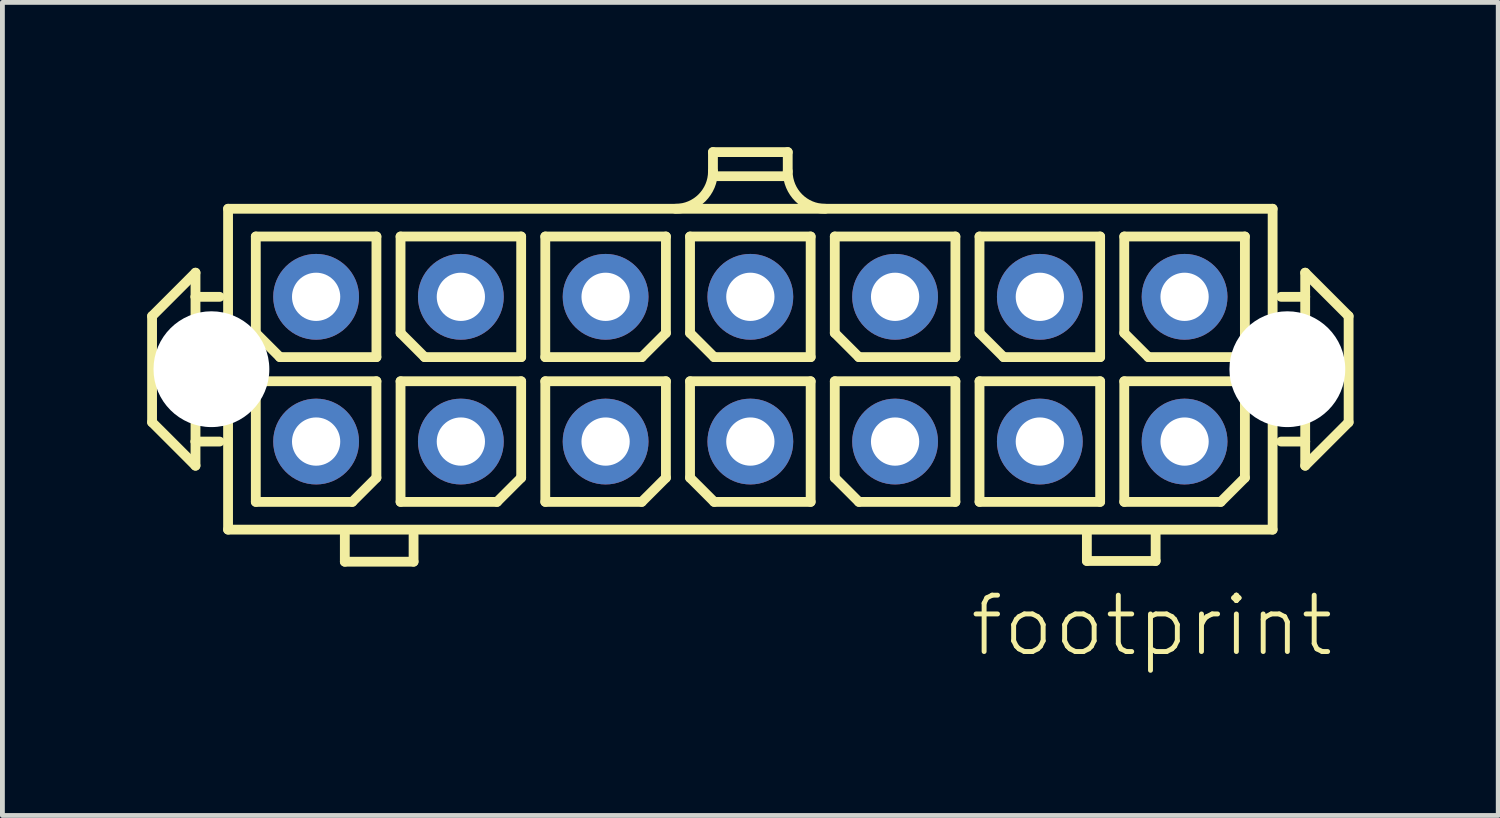
<source format=kicad_pcb>
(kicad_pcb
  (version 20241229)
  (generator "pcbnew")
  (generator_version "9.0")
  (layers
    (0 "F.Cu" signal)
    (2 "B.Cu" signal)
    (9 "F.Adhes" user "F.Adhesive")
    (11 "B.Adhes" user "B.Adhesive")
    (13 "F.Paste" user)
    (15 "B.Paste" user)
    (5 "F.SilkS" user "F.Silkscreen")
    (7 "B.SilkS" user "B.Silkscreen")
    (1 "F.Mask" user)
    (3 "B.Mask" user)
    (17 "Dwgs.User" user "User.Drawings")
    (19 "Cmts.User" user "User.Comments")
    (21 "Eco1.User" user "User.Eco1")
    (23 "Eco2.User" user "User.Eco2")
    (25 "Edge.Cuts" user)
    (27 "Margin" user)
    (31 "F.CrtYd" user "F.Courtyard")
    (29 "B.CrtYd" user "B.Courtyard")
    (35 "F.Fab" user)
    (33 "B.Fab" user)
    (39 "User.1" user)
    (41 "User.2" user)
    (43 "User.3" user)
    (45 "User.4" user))
  (footprint "footprint"
    (layer "F.Cu")
    (at 12.502 4.602)
    (property "Reference" "footprint" (at 4.5 6 0) (layer "F.SilkS") (effects (font (size 1.168 1.168) (thickness 0.102)) (justify left bottom)))
    (fp_line (start -12.4 -1.1) (end -11.5 -2) (stroke (width 0.203) (type solid)) (layer "F.SilkS"))
    (fp_line (start -12.4 1.1) (end -12.4 -1.1) (stroke (width 0.203) (type solid)) (layer "F.SilkS"))
    (fp_line (start -11.5 -2) (end -11.5 -1.5) (stroke (width 0.203) (type solid)) (layer "F.SilkS"))
    (fp_line (start -11.5 -1.5) (end -11.5 1.5) (stroke (width 0.203) (type solid)) (layer "F.SilkS"))
    (fp_line (start -11.5 -1.5) (end -11 -1.5) (stroke (width 0.203) (type solid)) (layer "F.SilkS"))
    (fp_line (start -11.5 1.5) (end -11.5 2) (stroke (width 0.203) (type solid)) (layer "F.SilkS"))
    (fp_line (start -11.5 1.5) (end -11 1.5) (stroke (width 0.203) (type solid)) (layer "F.SilkS"))
    (fp_line (start -11.5 2) (end -12.4 1.1) (stroke (width 0.203) (type solid)) (layer "F.SilkS"))
    (fp_line (start -10.825 -3.325) (end 10.825 -3.325) (stroke (width 0.203) (type solid)) (layer "F.SilkS"))
    (fp_line (start -10.825 3.325) (end -10.825 -3.325) (stroke (width 0.203) (type solid)) (layer "F.SilkS"))
    (fp_line (start -10.25 -2.75) (end -10.25 -0.75) (stroke (width 0.203) (type solid)) (layer "F.SilkS"))
    (fp_line (start -10.25 0.25) (end -10.25 2.75) (stroke (width 0.203) (type solid)) (layer "F.SilkS"))
    (fp_line (start -10.25 0.25) (end -7.75 0.25) (stroke (width 0.203) (type solid)) (layer "F.SilkS"))
    (fp_line (start -10.25 2.75) (end -8.25 2.75) (stroke (width 0.203) (type solid)) (layer "F.SilkS"))
    (fp_line (start -9.75 -0.25) (end -10.25 -0.75) (stroke (width 0.203) (type solid)) (layer "F.SilkS"))
    (fp_line (start -9.75 -0.25) (end -7.75 -0.25) (stroke (width 0.203) (type solid)) (layer "F.SilkS"))
    (fp_line (start -8.405 3.99) (end -8.405 3.44) (stroke (width 0.203) (type solid)) (layer "F.SilkS"))
    (fp_line (start -8.25 2.75) (end -7.75 2.25) (stroke (width 0.203) (type solid)) (layer "F.SilkS"))
    (fp_line (start -7.75 -2.75) (end -10.25 -2.75) (stroke (width 0.203) (type solid)) (layer "F.SilkS"))
    (fp_line (start -7.75 -2.75) (end -7.75 -0.25) (stroke (width 0.203) (type solid)) (layer "F.SilkS"))
    (fp_line (start -7.75 0.25) (end -7.75 2.25) (stroke (width 0.203) (type solid)) (layer "F.SilkS"))
    (fp_line (start -7.25 -2.75) (end -7.25 -0.75) (stroke (width 0.203) (type solid)) (layer "F.SilkS"))
    (fp_line (start -7.25 0.25) (end -7.25 2.75) (stroke (width 0.203) (type solid)) (layer "F.SilkS"))
    (fp_line (start -7.25 0.25) (end -4.75 0.25) (stroke (width 0.203) (type solid)) (layer "F.SilkS"))
    (fp_line (start -7.25 2.75) (end -5.25 2.75) (stroke (width 0.203) (type solid)) (layer "F.SilkS"))
    (fp_line (start -6.98 3.99) (end -8.405 3.99) (stroke (width 0.203) (type solid)) (layer "F.SilkS"))
    (fp_line (start -6.98 3.99) (end -6.98 3.44) (stroke (width 0.203) (type solid)) (layer "F.SilkS"))
    (fp_line (start -6.75 -0.25) (end -7.25 -0.75) (stroke (width 0.203) (type solid)) (layer "F.SilkS"))
    (fp_line (start -6.75 -0.25) (end -4.75 -0.25) (stroke (width 0.203) (type solid)) (layer "F.SilkS"))
    (fp_line (start -5.25 2.75) (end -4.75 2.25) (stroke (width 0.203) (type solid)) (layer "F.SilkS"))
    (fp_line (start -4.75 -2.75) (end -7.25 -2.75) (stroke (width 0.203) (type solid)) (layer "F.SilkS"))
    (fp_line (start -4.75 -2.75) (end -4.75 -0.25) (stroke (width 0.203) (type solid)) (layer "F.SilkS"))
    (fp_line (start -4.75 0.25) (end -4.75 2.25) (stroke (width 0.203) (type solid)) (layer "F.SilkS"))
    (fp_line (start -4.25 -2.75) (end -4.25 -0.25) (stroke (width 0.203) (type solid)) (layer "F.SilkS"))
    (fp_line (start -4.25 -0.25) (end -2.25 -0.25) (stroke (width 0.203) (type solid)) (layer "F.SilkS"))
    (fp_line (start -4.25 0.25) (end -4.25 2.75) (stroke (width 0.203) (type solid)) (layer "F.SilkS"))
    (fp_line (start -4.25 0.25) (end -1.75 0.25) (stroke (width 0.203) (type solid)) (layer "F.SilkS"))
    (fp_line (start -4.25 2.75) (end -2.25 2.75) (stroke (width 0.203) (type solid)) (layer "F.SilkS"))
    (fp_line (start -2.25 -0.25) (end -1.75 -0.75) (stroke (width 0.203) (type solid)) (layer "F.SilkS"))
    (fp_line (start -2.25 2.75) (end -1.75 2.25) (stroke (width 0.203) (type solid)) (layer "F.SilkS"))
    (fp_line (start -1.75 -2.75) (end -4.25 -2.75) (stroke (width 0.203) (type solid)) (layer "F.SilkS"))
    (fp_line (start -1.75 -2.75) (end -1.75 -0.75) (stroke (width 0.203) (type solid)) (layer "F.SilkS"))
    (fp_line (start -1.75 0.25) (end -1.75 2.25) (stroke (width 0.203) (type solid)) (layer "F.SilkS"))
    (fp_line (start -1.25 -2.75) (end -1.25 -0.75) (stroke (width 0.203) (type solid)) (layer "F.SilkS"))
    (fp_line (start -1.25 0.25) (end -1.25 2.25) (stroke (width 0.203) (type solid)) (layer "F.SilkS"))
    (fp_line (start -1.25 0.25) (end 1.25 0.25) (stroke (width 0.203) (type solid)) (layer "F.SilkS"))
    (fp_line (start -0.775 -4.5) (end 0.775 -4.5) (stroke (width 0.203) (type solid)) (layer "F.SilkS"))
    (fp_line (start -0.775 -4.1) (end -0.775 -4.5) (stroke (width 0.203) (type solid)) (layer "F.SilkS"))
    (fp_line (start -0.75 -0.25) (end -1.25 -0.75) (stroke (width 0.203) (type solid)) (layer "F.SilkS"))
    (fp_line (start -0.75 -0.25) (end 1.25 -0.25) (stroke (width 0.203) (type solid)) (layer "F.SilkS"))
    (fp_line (start -0.75 2.75) (end -1.25 2.25) (stroke (width 0.203) (type solid)) (layer "F.SilkS"))
    (fp_line (start -0.75 2.75) (end 1.25 2.75) (stroke (width 0.203) (type solid)) (layer "F.SilkS"))
    (fp_line (start 0.75 -4) (end -0.75 -4) (stroke (width 0.203) (type solid)) (layer "F.SilkS"))
    (fp_line (start 0.775 -4.1) (end 0.775 -4.5) (stroke (width 0.203) (type solid)) (layer "F.SilkS"))
    (fp_line (start 1.25 -2.75) (end -1.25 -2.75) (stroke (width 0.203) (type solid)) (layer "F.SilkS"))
    (fp_line (start 1.25 -2.75) (end 1.25 -0.25) (stroke (width 0.203) (type solid)) (layer "F.SilkS"))
    (fp_line (start 1.25 0.25) (end 1.25 2.75) (stroke (width 0.203) (type solid)) (layer "F.SilkS"))
    (fp_line (start 1.75 -2.75) (end 1.75 -0.75) (stroke (width 0.203) (type solid)) (layer "F.SilkS"))
    (fp_line (start 1.75 0.25) (end 1.75 2.25) (stroke (width 0.203) (type solid)) (layer "F.SilkS"))
    (fp_line (start 1.75 0.25) (end 4.25 0.25) (stroke (width 0.203) (type solid)) (layer "F.SilkS"))
    (fp_line (start 2.25 -0.25) (end 1.75 -0.75) (stroke (width 0.203) (type solid)) (layer "F.SilkS"))
    (fp_line (start 2.25 -0.25) (end 4.25 -0.25) (stroke (width 0.203) (type solid)) (layer "F.SilkS"))
    (fp_line (start 2.25 2.75) (end 1.75 2.25) (stroke (width 0.203) (type solid)) (layer "F.SilkS"))
    (fp_line (start 2.25 2.75) (end 4.25 2.75) (stroke (width 0.203) (type solid)) (layer "F.SilkS"))
    (fp_line (start 4.25 -2.75) (end 1.75 -2.75) (stroke (width 0.203) (type solid)) (layer "F.SilkS"))
    (fp_line (start 4.25 -2.75) (end 4.25 -0.25) (stroke (width 0.203) (type solid)) (layer "F.SilkS"))
    (fp_line (start 4.25 0.25) (end 4.25 2.75) (stroke (width 0.203) (type solid)) (layer "F.SilkS"))
    (fp_line (start 4.75 -2.75) (end 4.75 -0.75) (stroke (width 0.203) (type solid)) (layer "F.SilkS"))
    (fp_line (start 4.75 0.25) (end 4.75 2.75) (stroke (width 0.203) (type solid)) (layer "F.SilkS"))
    (fp_line (start 4.75 0.25) (end 7.25 0.25) (stroke (width 0.203) (type solid)) (layer "F.SilkS"))
    (fp_line (start 4.75 2.75) (end 7.25 2.75) (stroke (width 0.203) (type solid)) (layer "F.SilkS"))
    (fp_line (start 5.25 -0.25) (end 4.75 -0.75) (stroke (width 0.203) (type solid)) (layer "F.SilkS"))
    (fp_line (start 5.25 -0.25) (end 7.25 -0.25) (stroke (width 0.203) (type solid)) (layer "F.SilkS"))
    (fp_line (start 6.975 3.975) (end 6.975 3.425) (stroke (width 0.203) (type solid)) (layer "F.SilkS"))
    (fp_line (start 7.25 -2.75) (end 4.75 -2.75) (stroke (width 0.203) (type solid)) (layer "F.SilkS"))
    (fp_line (start 7.25 -2.75) (end 7.25 -0.25) (stroke (width 0.203) (type solid)) (layer "F.SilkS"))
    (fp_line (start 7.25 0.25) (end 7.25 2.75) (stroke (width 0.203) (type solid)) (layer "F.SilkS"))
    (fp_line (start 7.75 -2.75) (end 7.75 -0.75) (stroke (width 0.203) (type solid)) (layer "F.SilkS"))
    (fp_line (start 7.75 0.25) (end 7.75 2.75) (stroke (width 0.203) (type solid)) (layer "F.SilkS"))
    (fp_line (start 7.75 0.25) (end 10.25 0.25) (stroke (width 0.203) (type solid)) (layer "F.SilkS"))
    (fp_line (start 7.75 2.75) (end 9.75 2.75) (stroke (width 0.203) (type solid)) (layer "F.SilkS"))
    (fp_line (start 8.25 -0.25) (end 7.75 -0.75) (stroke (width 0.203) (type solid)) (layer "F.SilkS"))
    (fp_line (start 8.25 -0.25) (end 10.25 -0.25) (stroke (width 0.203) (type solid)) (layer "F.SilkS"))
    (fp_line (start 8.4 3.975) (end 6.975 3.975) (stroke (width 0.203) (type solid)) (layer "F.SilkS"))
    (fp_line (start 8.4 3.975) (end 8.4 3.425) (stroke (width 0.203) (type solid)) (layer "F.SilkS"))
    (fp_line (start 9.75 2.75) (end 10.25 2.25) (stroke (width 0.203) (type solid)) (layer "F.SilkS"))
    (fp_line (start 10.25 -2.75) (end 7.75 -2.75) (stroke (width 0.203) (type solid)) (layer "F.SilkS"))
    (fp_line (start 10.25 -0.25) (end 10.25 -2.75) (stroke (width 0.203) (type solid)) (layer "F.SilkS"))
    (fp_line (start 10.25 2.25) (end 10.25 0.25) (stroke (width 0.203) (type solid)) (layer "F.SilkS"))
    (fp_line (start 10.825 -3.325) (end 10.825 3.325) (stroke (width 0.203) (type solid)) (layer "F.SilkS"))
    (fp_line (start 10.825 3.325) (end -10.825 3.325) (stroke (width 0.203) (type solid)) (layer "F.SilkS"))
    (fp_line (start 11.5 -2) (end 11.5 -1.5) (stroke (width 0.203) (type solid)) (layer "F.SilkS"))
    (fp_line (start 11.5 -2) (end 12.4 -1.1) (stroke (width 0.203) (type solid)) (layer "F.SilkS"))
    (fp_line (start 11.5 -1.5) (end 11 -1.5) (stroke (width 0.203) (type solid)) (layer "F.SilkS"))
    (fp_line (start 11.5 -1.5) (end 11.5 1.5) (stroke (width 0.203) (type solid)) (layer "F.SilkS"))
    (fp_line (start 11.5 1.5) (end 11 1.5) (stroke (width 0.203) (type solid)) (layer "F.SilkS"))
    (fp_line (start 11.5 1.5) (end 11.5 2) (stroke (width 0.203) (type solid)) (layer "F.SilkS"))
    (fp_line (start 12.4 -1.1) (end 12.4 1.1) (stroke (width 0.203) (type solid)) (layer "F.SilkS"))
    (fp_line (start 12.4 1.1) (end 11.5 2) (stroke (width 0.203) (type solid)) (layer "F.SilkS"))
    (fp_arc (start -0.775 -4.1) (mid -1.001992 -3.551992) (end -1.55 -3.325) (stroke (width 0.2032) (type solid)) (layer "F.SilkS"))
    (fp_arc (start 1.55 -3.325) (mid 1.001992 -3.551992) (end 0.775 -4.1) (stroke (width 0.2032) (type solid)) (layer "F.SilkS"))
    (pad "" np_thru_hole circle (at -11.17 0) (size 2.4 2.4) (drill 2.4) (layers "*.Cu" "*.Mask"))
    (pad "" np_thru_hole circle (at 11.13 0) (size 2.4 2.4) (drill 2.4) (layers "*.Cu" "*.Mask"))
    (pad "1" thru_hole circle (at 9 1.5) (size 1.778 1.778) (drill 1) (layers "*.Cu" "*.Mask"))
    (pad "2" thru_hole circle (at 9 -1.5) (size 1.778 1.778) (drill 1) (layers "*.Cu" "*.Mask"))
    (pad "3" thru_hole circle (at 6 1.5) (size 1.778 1.778) (drill 1) (layers "*.Cu" "*.Mask"))
    (pad "4" thru_hole circle (at 6 -1.5) (size 1.778 1.778) (drill 1) (layers "*.Cu" "*.Mask"))
    (pad "5" thru_hole circle (at 3 1.5) (size 1.778 1.778) (drill 1) (layers "*.Cu" "*.Mask"))
    (pad "6" thru_hole circle (at 3 -1.5) (size 1.778 1.778) (drill 1) (layers "*.Cu" "*.Mask"))
    (pad "7" thru_hole circle (at 0 1.5) (size 1.778 1.778) (drill 1) (layers "*.Cu" "*.Mask"))
    (pad "8" thru_hole circle (at 0 -1.5) (size 1.778 1.778) (drill 1) (layers "*.Cu" "*.Mask"))
    (pad "9" thru_hole circle (at -3 1.5) (size 1.778 1.778) (drill 1) (layers "*.Cu" "*.Mask"))
    (pad "10" thru_hole circle (at -3 -1.5) (size 1.778 1.778) (drill 1) (layers "*.Cu" "*.Mask"))
    (pad "11" thru_hole circle (at -6 1.5) (size 1.778 1.778) (drill 1) (layers "*.Cu" "*.Mask"))
    (pad "12" thru_hole circle (at -6 -1.5) (size 1.778 1.778) (drill 1) (layers "*.Cu" "*.Mask"))
    (pad "13" thru_hole circle (at -9 1.5) (size 1.778 1.778) (drill 1) (layers "*.Cu" "*.Mask"))
    (pad "14" thru_hole circle (at -9 -1.5) (size 1.778 1.778) (drill 1) (layers "*.Cu" "*.Mask")))
  (gr_rect
    (start -3 -3)
    (end 28.003 13.852)
    (stroke (width 0.1) (type default))
    (fill no)
    (layer "Edge.Cuts")))
</source>
